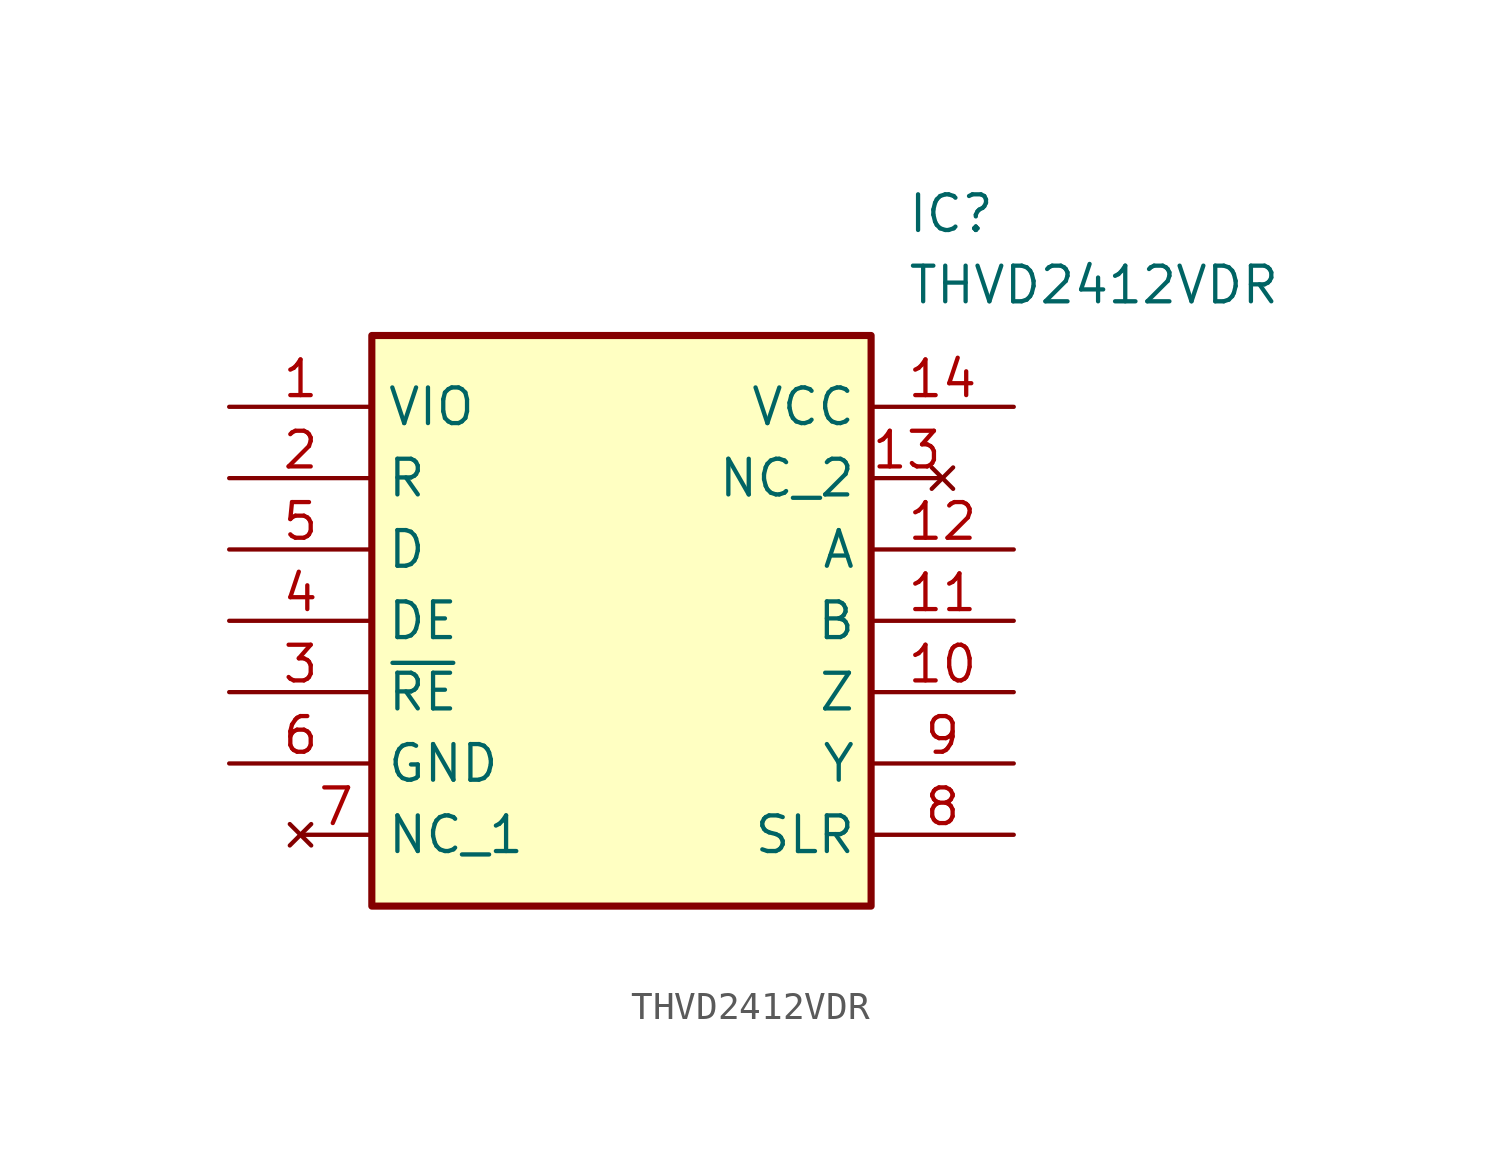
<source format=kicad_sym>
(kicad_symbol_lib
  (version 20241209)
  (generator "kicad_symbol_editor")
  (generator_version "9.0")
  (symbol "THVD2412VDR"
    (property "Reference" "IC"
      (at 24.13 7.62 0)
      (effects (font (size 1.27 1.27)) (justify left top)))
    (property "Value" "THVD2412VDR"
      (at 24.13 5.08 0)
      (effects (font (size 1.27 1.27)) (justify left top)))
    (symbol "THVD2412VDR_1_1"
      (rectangle (start 5.08 2.54) (end 22.86 -17.78) (stroke (width 0.254) (type default)) (fill (type background)))
      (pin passive line (at 0 0 0) (length 5.08) (name "VIO" (effects (font (size 1.27 1.27)))) (number "1" (effects (font (size 1.27 1.27)))))
      (pin passive line (at 0 -2.54 0) (length 5.08) (name "R" (effects (font (size 1.27 1.27)))) (number "2" (effects (font (size 1.27 1.27)))))
      (pin passive line (at 0 -5.08 0) (length 5.08) (name "D" (effects (font (size 1.27 1.27)))) (number "5" (effects (font (size 1.27 1.27)))))
      (pin passive line (at 0 -7.62 0) (length 5.08) (name "DE" (effects (font (size 1.27 1.27)))) (number "4" (effects (font (size 1.27 1.27)))))
      (pin passive line (at 0 -10.16 0) (length 5.08) (name "~{RE}" (effects (font (size 1.27 1.27)))) (number "3" (effects (font (size 1.27 1.27)))))
      (pin passive line (at 0 -12.7 0) (length 5.08) (name "GND" (effects (font (size 1.27 1.27)))) (number "6" (effects (font (size 1.27 1.27)))))
      (pin no_connect line (at 2.54 -15.24 0) (length 2.54) (name "NC_1" (effects (font (size 1.27 1.27)))) (number "7" (effects (font (size 1.27 1.27)))))
      (pin no_connect line (at 25.4 -2.54 180) (length 2.54) (name "NC_2" (effects (font (size 1.27 1.27)))) (number "13" (effects (font (size 1.27 1.27)))))
      (pin passive line (at 27.94 0 180) (length 5.08) (name "VCC" (effects (font (size 1.27 1.27)))) (number "14" (effects (font (size 1.27 1.27)))))
      (pin passive line (at 27.94 -5.08 180) (length 5.08) (name "A" (effects (font (size 1.27 1.27)))) (number "12" (effects (font (size 1.27 1.27)))))
      (pin passive line (at 27.94 -7.62 180) (length 5.08) (name "B" (effects (font (size 1.27 1.27)))) (number "11" (effects (font (size 1.27 1.27)))))
      (pin passive line (at 27.94 -10.16 180) (length 5.08) (name "Z" (effects (font (size 1.27 1.27)))) (number "10" (effects (font (size 1.27 1.27)))))
      (pin passive line (at 27.94 -12.7 180) (length 5.08) (name "Y" (effects (font (size 1.27 1.27)))) (number "9" (effects (font (size 1.27 1.27)))))
      (pin passive line (at 27.94 -15.24 180) (length 5.08) (name "SLR" (effects (font (size 1.27 1.27)))) (number "8" (effects (font (size 1.27 1.27))))))))
</source>
